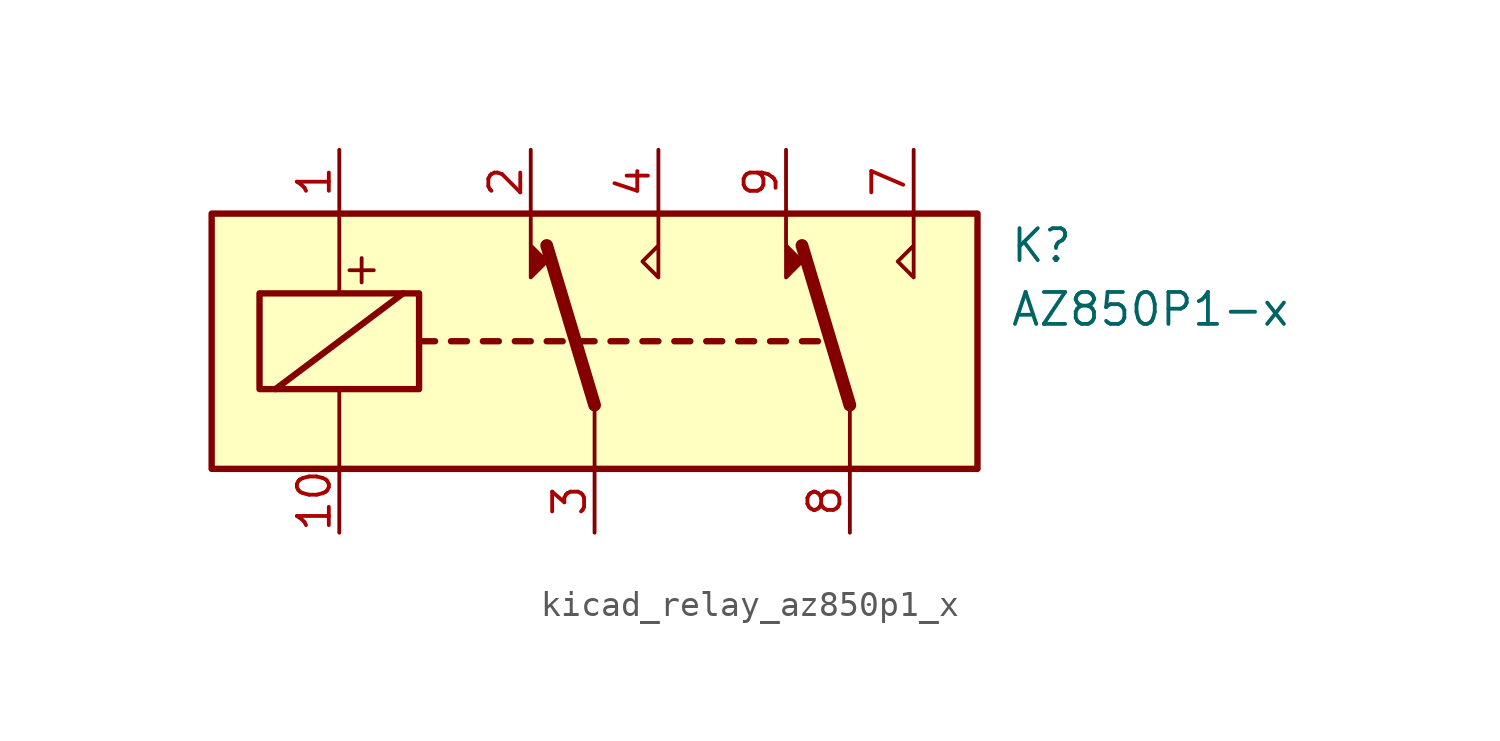
<source format=kicad_sym>
(kicad_symbol_lib
  (version 20220914)
  (generator kicad_symbol_editor)
  (symbol "kicad_relay_az850p1_x"
    (property "Reference" "K"
      (at 16.51 3.81 0)
      (effects (font (size 1.27 1.27)) (justify left)))
    (property "Value" "AZ850P1-x"
      (at 16.51 1.27 0)
      (effects (font (size 1.27 1.27)) (justify left)))
    (symbol "kicad_relay_az850p1_x_0_0"
      (text "+" (at -9.271 2.921 0) (effects (font (size 1.27 1.27)))))
    (symbol "kicad_relay_az850p1_x_0_1"
      (rectangle (start -15.24 5.08) (end 15.24 -5.08) (stroke (width 0.254) (type default)) (fill (type background)))
      (rectangle (start -13.335 1.905) (end -6.985 -1.905) (stroke (width 0.254) (type default)) (fill (type none)))
      (polyline (pts (xy -12.7 -1.905) (xy -7.62 1.905)) (stroke (width 0.254) (type default)) (fill (type none)))
      (polyline (pts (xy -10.16 -5.08) (xy -10.16 -1.905)) (stroke (width 0) (type default)) (fill (type none)))
      (polyline (pts (xy -10.16 5.08) (xy -10.16 1.905)) (stroke (width 0) (type default)) (fill (type none)))
      (polyline (pts (xy -6.985 0) (xy -6.35 0)) (stroke (width 0.254) (type default)) (fill (type none)))
      (polyline (pts (xy -5.715 0) (xy -5.08 0)) (stroke (width 0.254) (type default)) (fill (type none)))
      (polyline (pts (xy -4.445 0) (xy -3.81 0)) (stroke (width 0.254) (type default)) (fill (type none)))
      (polyline (pts (xy -3.175 0) (xy -2.54 0)) (stroke (width 0.254) (type default)) (fill (type none)))
      (polyline (pts (xy -1.905 0) (xy -1.27 0)) (stroke (width 0.254) (type default)) (fill (type none)))
      (polyline (pts (xy -0.635 0) (xy 0 0)) (stroke (width 0.254) (type default)) (fill (type none)))
      (polyline (pts (xy 0 -2.54) (xy -1.905 3.81)) (stroke (width 0.508) (type default)) (fill (type none)))
      (polyline (pts (xy 0 -2.54) (xy 0 -5.08)) (stroke (width 0) (type default)) (fill (type none)))
      (polyline (pts (xy 0.635 0) (xy 1.27 0)) (stroke (width 0.254) (type default)) (fill (type none)))
      (polyline (pts (xy 1.905 0) (xy 2.54 0)) (stroke (width 0.254) (type default)) (fill (type none)))
      (polyline (pts (xy 3.175 0) (xy 3.81 0)) (stroke (width 0.254) (type default)) (fill (type none)))
      (polyline (pts (xy 4.445 0) (xy 5.08 0)) (stroke (width 0.254) (type default)) (fill (type none)))
      (polyline (pts (xy 5.715 0) (xy 6.35 0)) (stroke (width 0.254) (type default)) (fill (type none)))
      (polyline (pts (xy 6.985 0) (xy 7.62 0)) (stroke (width 0.254) (type default)) (fill (type none)))
      (polyline (pts (xy 8.255 0) (xy 8.89 0)) (stroke (width 0.254) (type default)) (fill (type none)))
      (polyline (pts (xy 10.16 -2.54) (xy 8.255 3.81)) (stroke (width 0.508) (type default)) (fill (type none)))
      (polyline (pts (xy 10.16 -2.54) (xy 10.16 -5.08)) (stroke (width 0) (type default)) (fill (type none)))
      (polyline (pts (xy -2.54 5.08) (xy -2.54 2.54) (xy -1.905 3.175) (xy -2.54 3.81)) (stroke (width 0) (type default)) (fill (type outline)))
      (polyline (pts (xy 2.54 5.08) (xy 2.54 2.54) (xy 1.905 3.175) (xy 2.54 3.81)) (stroke (width 0) (type default)) (fill (type none)))
      (polyline (pts (xy 7.62 5.08) (xy 7.62 2.54) (xy 8.255 3.175) (xy 7.62 3.81)) (stroke (width 0) (type default)) (fill (type outline)))
      (polyline (pts (xy 12.7 5.08) (xy 12.7 2.54) (xy 12.065 3.175) (xy 12.7 3.81)) (stroke (width 0) (type default)) (fill (type none))))
    (symbol "kicad_relay_az850p1_x_1_1"
      (pin passive line (at -10.16 7.62 270) (length 2.54) (name "~" (effects (font (size 1.27 1.27)))) (number "1" (effects (font (size 1.27 1.27)))))
      (pin passive line (at -10.16 -7.62 90) (length 2.54) (name "~" (effects (font (size 1.27 1.27)))) (number "10" (effects (font (size 1.27 1.27)))))
      (pin passive line (at -2.54 7.62 270) (length 2.54) (name "~" (effects (font (size 1.27 1.27)))) (number "2" (effects (font (size 1.27 1.27)))))
      (pin passive line (at 0 -7.62 90) (length 2.54) (name "~" (effects (font (size 1.27 1.27)))) (number "3" (effects (font (size 1.27 1.27)))))
      (pin passive line (at 2.54 7.62 270) (length 2.54) (name "~" (effects (font (size 1.27 1.27)))) (number "4" (effects (font (size 1.27 1.27)))))
      (pin passive line (at 12.7 7.62 270) (length 2.54) (name "~" (effects (font (size 1.27 1.27)))) (number "7" (effects (font (size 1.27 1.27)))))
      (pin passive line (at 10.16 -7.62 90) (length 2.54) (name "~" (effects (font (size 1.27 1.27)))) (number "8" (effects (font (size 1.27 1.27)))))
      (pin passive line (at 7.62 7.62 270) (length 2.54) (name "~" (effects (font (size 1.27 1.27)))) (number "9" (effects (font (size 1.27 1.27))))))))
</source>
